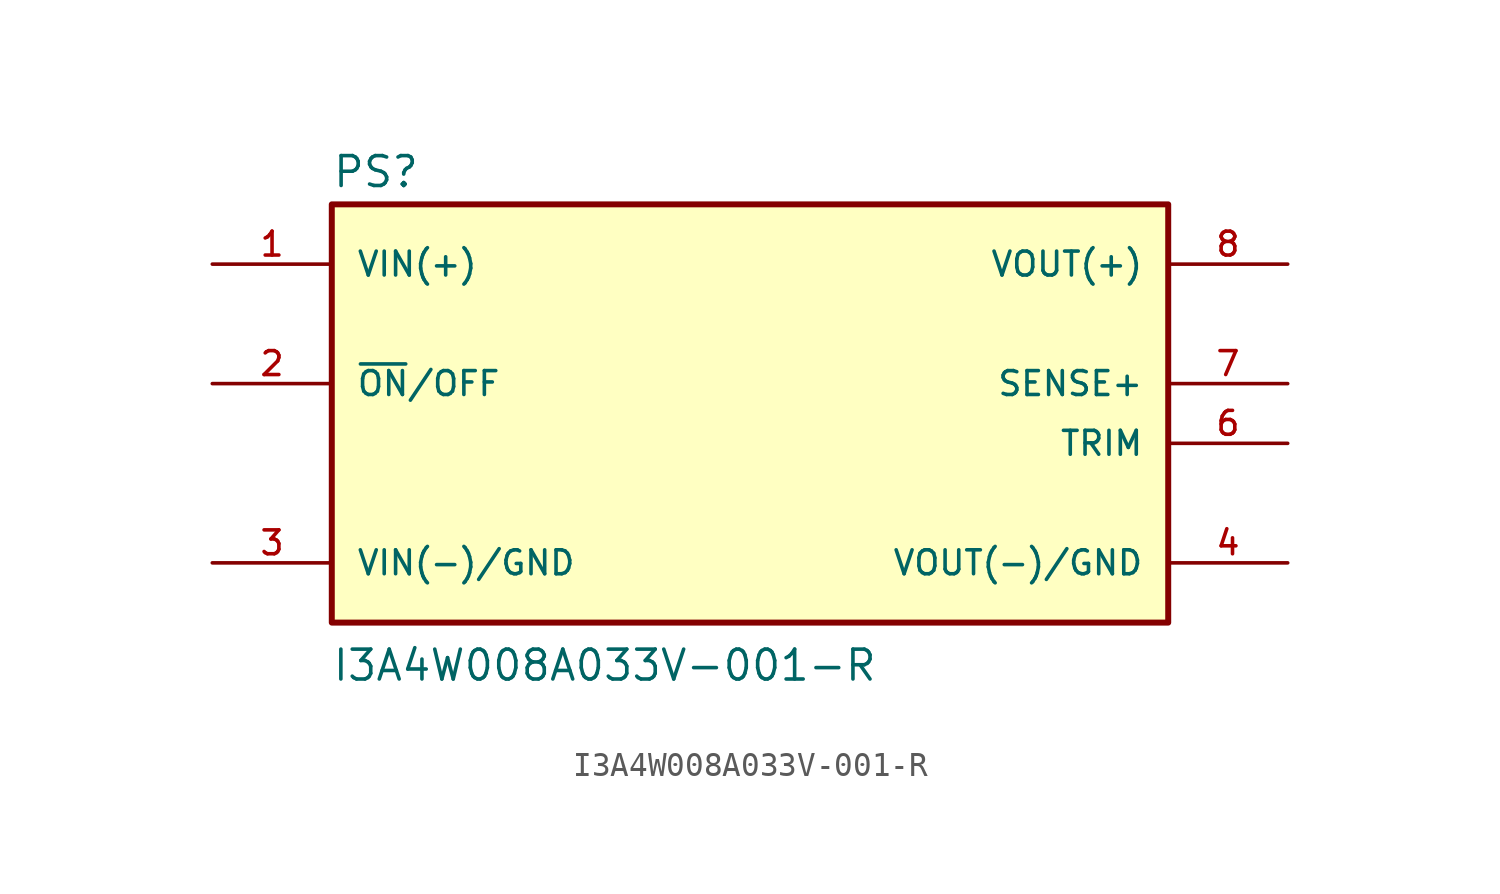
<source format=kicad_sym>
(kicad_symbol_lib
  (version 20211014)
  (generator kicad_symbol_editor)
  (symbol "I3A4W008A033V-001-R"
    (pin_names
      (offset 1.016))
    (property "Reference" "PS"
      (at -17.786 8.261 0)
      (effects (font (size 1.27 1.27)) (justify bottom left)))
    (property "Value" "I3A4W008A033V-001-R"
      (at -17.797 -12.721 0)
      (effects (font (size 1.27 1.27)) (justify bottom left)))
    (symbol "I3A4W008A033V-001-R_0_0"
      (rectangle (start -17.78 -10.16) (end 17.78 7.62) (stroke (width 0.254)) (fill (type background)))
      (pin input line (at -22.86 5.08 0) (length 5.08) (name "VIN(+)" (effects (font (size 1.016 1.016)))) (number "1" (effects (font (size 1.016 1.016)))))
      (pin input line (at -22.86 0.0 0) (length 5.08) (name "~{ON}/OFF" (effects (font (size 1.016 1.016)))) (number "2" (effects (font (size 1.016 1.016)))))
      (pin input line (at -22.86 -7.62 0) (length 5.08) (name "VIN(-)/GND" (effects (font (size 1.016 1.016)))) (number "3" (effects (font (size 1.016 1.016)))))
      (pin output line (at 22.86 -7.62 180.0) (length 5.08) (name "VOUT(-)/GND" (effects (font (size 1.016 1.016)))) (number "4" (effects (font (size 1.016 1.016)))))
      (pin passive line (at 22.86 -2.54 180.0) (length 5.08) (name "TRIM" (effects (font (size 1.016 1.016)))) (number "6" (effects (font (size 1.016 1.016)))))
      (pin passive line (at 22.86 0.0 180.0) (length 5.08) (name "SENSE+" (effects (font (size 1.016 1.016)))) (number "7" (effects (font (size 1.016 1.016)))))
      (pin output line (at 22.86 5.08 180.0) (length 5.08) (name "VOUT(+)" (effects (font (size 1.016 1.016)))) (number "8" (effects (font (size 1.016 1.016))))))))
</source>
